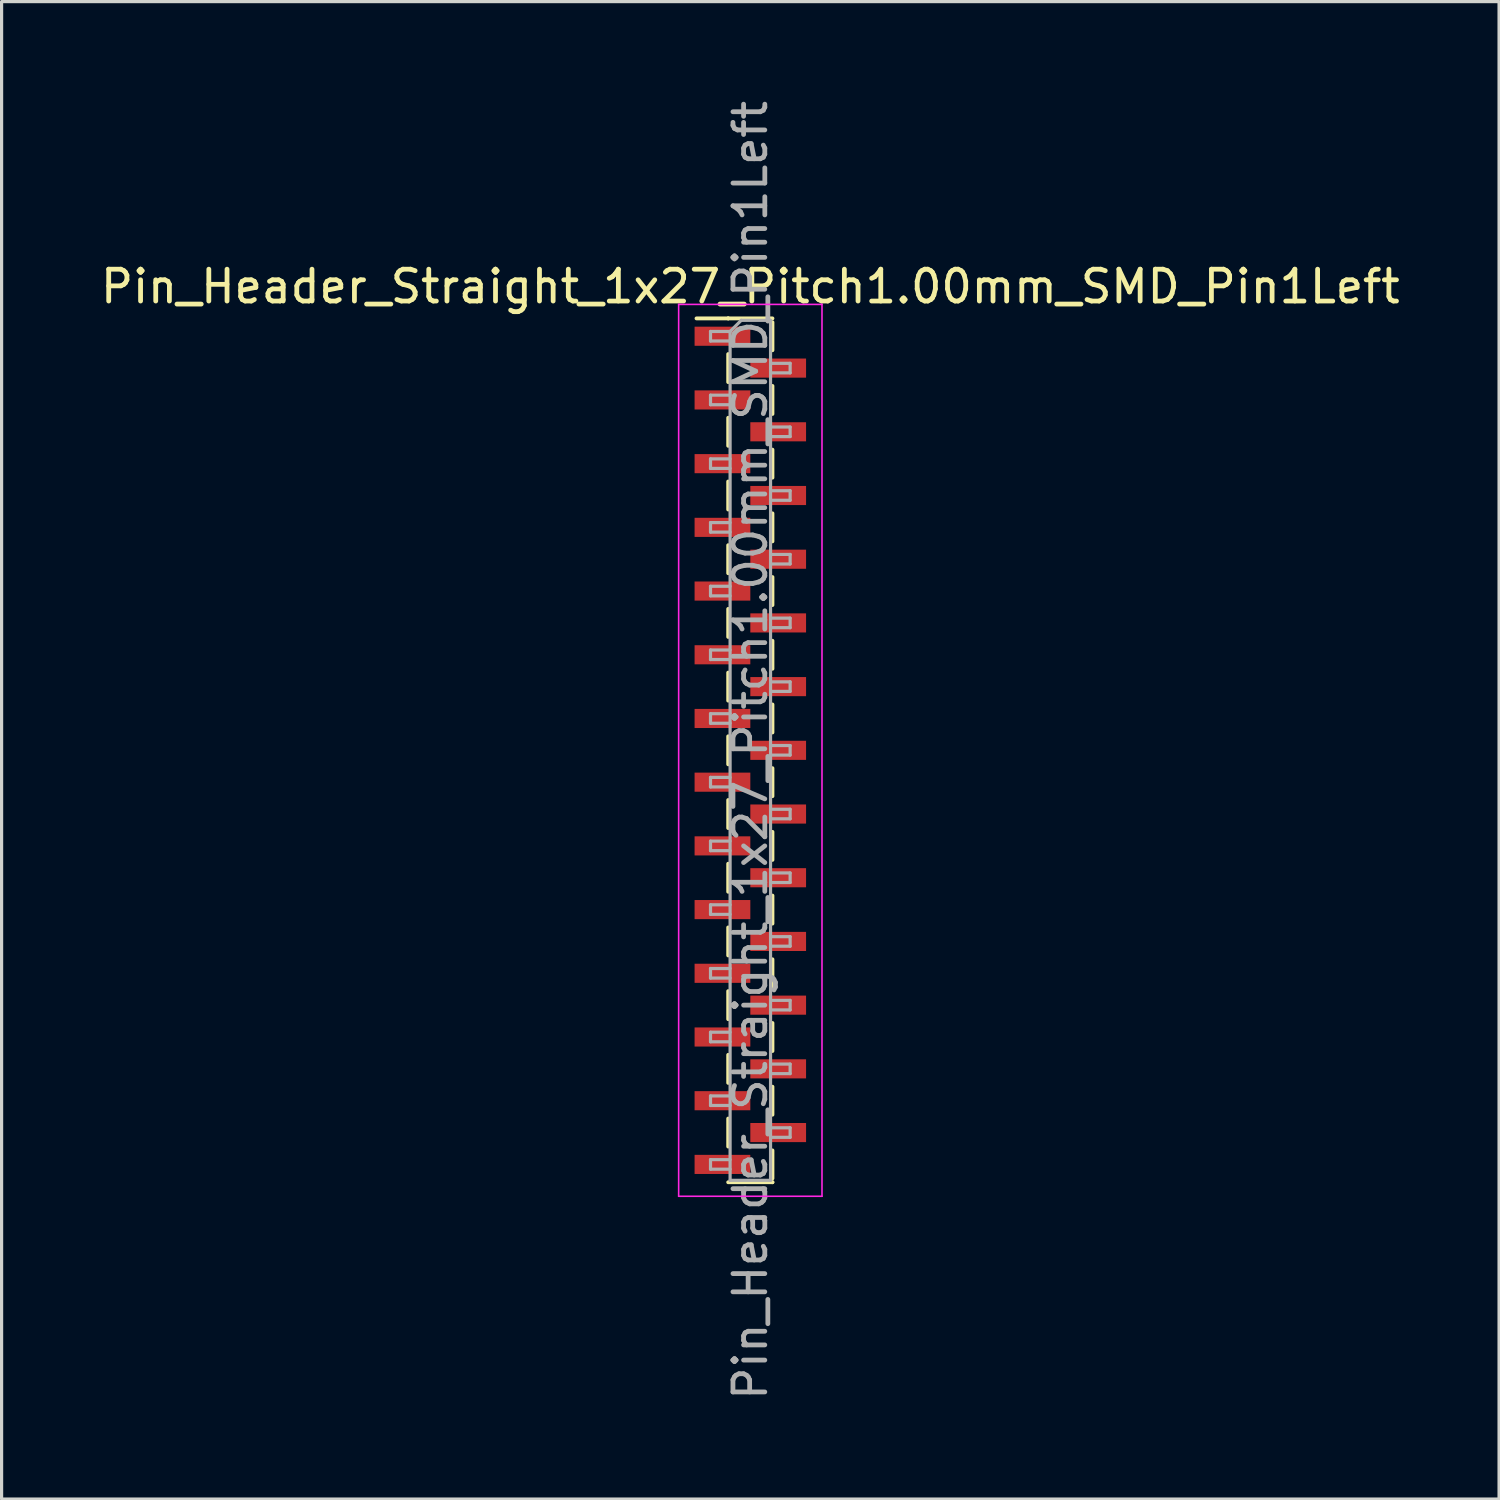
<source format=kicad_pcb>
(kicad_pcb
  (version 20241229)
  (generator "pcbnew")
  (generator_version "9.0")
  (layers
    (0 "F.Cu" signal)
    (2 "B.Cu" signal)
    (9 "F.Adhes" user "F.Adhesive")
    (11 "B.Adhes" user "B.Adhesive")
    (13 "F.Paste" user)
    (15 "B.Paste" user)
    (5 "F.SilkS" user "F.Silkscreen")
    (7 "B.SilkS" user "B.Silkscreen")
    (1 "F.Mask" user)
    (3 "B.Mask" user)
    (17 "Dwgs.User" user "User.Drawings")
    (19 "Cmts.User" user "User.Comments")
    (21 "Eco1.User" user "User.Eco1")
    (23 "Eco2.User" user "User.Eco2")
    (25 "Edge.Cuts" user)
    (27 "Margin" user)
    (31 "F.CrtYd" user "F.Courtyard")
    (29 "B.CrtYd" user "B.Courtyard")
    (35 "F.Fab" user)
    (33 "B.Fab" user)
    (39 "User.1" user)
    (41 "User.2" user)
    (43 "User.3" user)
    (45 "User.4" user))
  (footprint "Pin_Header_Straight_1x27_Pitch1.00mm_SMD_Pin1Left"
    (layer "F.Cu")
    (at 20.506 20.506)
    (property "Reference" "Pin_Header_Straight_1x27_Pitch1.00mm_SMD_Pin1Left" (at 0 -14.56 0) (layer "F.SilkS") (effects (font (size 1 1) (thickness 0.15))))
    (attr smd)
    (fp_line (start -0.695 -13.56) (end -1.69 -13.56) (stroke (width 0.12) (type solid)) (layer "F.SilkS"))
    (fp_line (start -0.695 -13.56) (end -0.695 -13.56) (stroke (width 0.12) (type solid)) (layer "F.SilkS"))
    (fp_line (start -0.695 -13.56) (end 0.695 -13.56) (stroke (width 0.12) (type solid)) (layer "F.SilkS"))
    (fp_line (start -0.695 -12.44) (end -0.695 -11.56) (stroke (width 0.12) (type solid)) (layer "F.SilkS"))
    (fp_line (start -0.695 -10.44) (end -0.695 -9.56) (stroke (width 0.12) (type solid)) (layer "F.SilkS"))
    (fp_line (start -0.695 -8.44) (end -0.695 -7.56) (stroke (width 0.12) (type solid)) (layer "F.SilkS"))
    (fp_line (start -0.695 -6.44) (end -0.695 -5.56) (stroke (width 0.12) (type solid)) (layer "F.SilkS"))
    (fp_line (start -0.695 -4.44) (end -0.695 -3.56) (stroke (width 0.12) (type solid)) (layer "F.SilkS"))
    (fp_line (start -0.695 -2.44) (end -0.695 -1.56) (stroke (width 0.12) (type solid)) (layer "F.SilkS"))
    (fp_line (start -0.695 -0.44) (end -0.695 0.44) (stroke (width 0.12) (type solid)) (layer "F.SilkS"))
    (fp_line (start -0.695 1.56) (end -0.695 2.44) (stroke (width 0.12) (type solid)) (layer "F.SilkS"))
    (fp_line (start -0.695 3.56) (end -0.695 4.44) (stroke (width 0.12) (type solid)) (layer "F.SilkS"))
    (fp_line (start -0.695 5.56) (end -0.695 6.44) (stroke (width 0.12) (type solid)) (layer "F.SilkS"))
    (fp_line (start -0.695 7.56) (end -0.695 8.44) (stroke (width 0.12) (type solid)) (layer "F.SilkS"))
    (fp_line (start -0.695 9.56) (end -0.695 10.44) (stroke (width 0.12) (type solid)) (layer "F.SilkS"))
    (fp_line (start -0.695 11.56) (end -0.695 12.44) (stroke (width 0.12) (type solid)) (layer "F.SilkS"))
    (fp_line (start -0.695 13.56) (end 0.695 13.56) (stroke (width 0.12) (type solid)) (layer "F.SilkS"))
    (fp_line (start 0.695 -13.44) (end 0.695 -12.56) (stroke (width 0.12) (type solid)) (layer "F.SilkS"))
    (fp_line (start 0.695 -11.44) (end 0.695 -10.56) (stroke (width 0.12) (type solid)) (layer "F.SilkS"))
    (fp_line (start 0.695 -9.44) (end 0.695 -8.56) (stroke (width 0.12) (type solid)) (layer "F.SilkS"))
    (fp_line (start 0.695 -7.44) (end 0.695 -6.56) (stroke (width 0.12) (type solid)) (layer "F.SilkS"))
    (fp_line (start 0.695 -5.44) (end 0.695 -4.56) (stroke (width 0.12) (type solid)) (layer "F.SilkS"))
    (fp_line (start 0.695 -3.44) (end 0.695 -2.56) (stroke (width 0.12) (type solid)) (layer "F.SilkS"))
    (fp_line (start 0.695 -1.44) (end 0.695 -0.56) (stroke (width 0.12) (type solid)) (layer "F.SilkS"))
    (fp_line (start 0.695 0.56) (end 0.695 1.44) (stroke (width 0.12) (type solid)) (layer "F.SilkS"))
    (fp_line (start 0.695 2.56) (end 0.695 3.44) (stroke (width 0.12) (type solid)) (layer "F.SilkS"))
    (fp_line (start 0.695 4.56) (end 0.695 5.44) (stroke (width 0.12) (type solid)) (layer "F.SilkS"))
    (fp_line (start 0.695 6.56) (end 0.695 7.44) (stroke (width 0.12) (type solid)) (layer "F.SilkS"))
    (fp_line (start 0.695 8.56) (end 0.695 9.44) (stroke (width 0.12) (type solid)) (layer "F.SilkS"))
    (fp_line (start 0.695 10.56) (end 0.695 11.44) (stroke (width 0.12) (type solid)) (layer "F.SilkS"))
    (fp_line (start 0.695 12.56) (end 0.695 13.44) (stroke (width 0.12) (type solid)) (layer "F.SilkS"))
    (fp_line (start 0.695 13.56) (end 0.695 13.56) (stroke (width 0.12) (type solid)) (layer "F.SilkS"))
    (fp_line (start -2.25 -14) (end -2.25 14) (stroke (width 0.05) (type solid)) (layer "F.CrtYd"))
    (fp_line (start -2.25 14) (end 2.25 14) (stroke (width 0.05) (type solid)) (layer "F.CrtYd"))
    (fp_line (start 2.25 -14) (end -2.25 -14) (stroke (width 0.05) (type solid)) (layer "F.CrtYd"))
    (fp_line (start 2.25 14) (end 2.25 -14) (stroke (width 0.05) (type solid)) (layer "F.CrtYd"))
    (fp_line (start -1.25 -13.15) (end -1.25 -12.85) (stroke (width 0.1) (type solid)) (layer "F.Fab"))
    (fp_line (start -1.25 -12.85) (end -0.635 -12.85) (stroke (width 0.1) (type solid)) (layer "F.Fab"))
    (fp_line (start -1.25 -11.15) (end -1.25 -10.85) (stroke (width 0.1) (type solid)) (layer "F.Fab"))
    (fp_line (start -1.25 -10.85) (end -0.635 -10.85) (stroke (width 0.1) (type solid)) (layer "F.Fab"))
    (fp_line (start -1.25 -9.15) (end -1.25 -8.85) (stroke (width 0.1) (type solid)) (layer "F.Fab"))
    (fp_line (start -1.25 -8.85) (end -0.635 -8.85) (stroke (width 0.1) (type solid)) (layer "F.Fab"))
    (fp_line (start -1.25 -7.15) (end -1.25 -6.85) (stroke (width 0.1) (type solid)) (layer "F.Fab"))
    (fp_line (start -1.25 -6.85) (end -0.635 -6.85) (stroke (width 0.1) (type solid)) (layer "F.Fab"))
    (fp_line (start -1.25 -5.15) (end -1.25 -4.85) (stroke (width 0.1) (type solid)) (layer "F.Fab"))
    (fp_line (start -1.25 -4.85) (end -0.635 -4.85) (stroke (width 0.1) (type solid)) (layer "F.Fab"))
    (fp_line (start -1.25 -3.15) (end -1.25 -2.85) (stroke (width 0.1) (type solid)) (layer "F.Fab"))
    (fp_line (start -1.25 -2.85) (end -0.635 -2.85) (stroke (width 0.1) (type solid)) (layer "F.Fab"))
    (fp_line (start -1.25 -1.15) (end -1.25 -0.85) (stroke (width 0.1) (type solid)) (layer "F.Fab"))
    (fp_line (start -1.25 -0.85) (end -0.635 -0.85) (stroke (width 0.1) (type solid)) (layer "F.Fab"))
    (fp_line (start -1.25 0.85) (end -1.25 1.15) (stroke (width 0.1) (type solid)) (layer "F.Fab"))
    (fp_line (start -1.25 1.15) (end -0.635 1.15) (stroke (width 0.1) (type solid)) (layer "F.Fab"))
    (fp_line (start -1.25 2.85) (end -1.25 3.15) (stroke (width 0.1) (type solid)) (layer "F.Fab"))
    (fp_line (start -1.25 3.15) (end -0.635 3.15) (stroke (width 0.1) (type solid)) (layer "F.Fab"))
    (fp_line (start -1.25 4.85) (end -1.25 5.15) (stroke (width 0.1) (type solid)) (layer "F.Fab"))
    (fp_line (start -1.25 5.15) (end -0.635 5.15) (stroke (width 0.1) (type solid)) (layer "F.Fab"))
    (fp_line (start -1.25 6.85) (end -1.25 7.15) (stroke (width 0.1) (type solid)) (layer "F.Fab"))
    (fp_line (start -1.25 7.15) (end -0.635 7.15) (stroke (width 0.1) (type solid)) (layer "F.Fab"))
    (fp_line (start -1.25 8.85) (end -1.25 9.15) (stroke (width 0.1) (type solid)) (layer "F.Fab"))
    (fp_line (start -1.25 9.15) (end -0.635 9.15) (stroke (width 0.1) (type solid)) (layer "F.Fab"))
    (fp_line (start -1.25 10.85) (end -1.25 11.15) (stroke (width 0.1) (type solid)) (layer "F.Fab"))
    (fp_line (start -1.25 11.15) (end -0.635 11.15) (stroke (width 0.1) (type solid)) (layer "F.Fab"))
    (fp_line (start -1.25 12.85) (end -1.25 13.15) (stroke (width 0.1) (type solid)) (layer "F.Fab"))
    (fp_line (start -1.25 13.15) (end -0.635 13.15) (stroke (width 0.1) (type solid)) (layer "F.Fab"))
    (fp_line (start -0.635 -13.15) (end -1.25 -13.15) (stroke (width 0.1) (type solid)) (layer "F.Fab"))
    (fp_line (start -0.635 -13.15) (end -0.285 -13.5) (stroke (width 0.1) (type solid)) (layer "F.Fab"))
    (fp_line (start -0.635 -11.15) (end -1.25 -11.15) (stroke (width 0.1) (type solid)) (layer "F.Fab"))
    (fp_line (start -0.635 -9.15) (end -1.25 -9.15) (stroke (width 0.1) (type solid)) (layer "F.Fab"))
    (fp_line (start -0.635 -7.15) (end -1.25 -7.15) (stroke (width 0.1) (type solid)) (layer "F.Fab"))
    (fp_line (start -0.635 -5.15) (end -1.25 -5.15) (stroke (width 0.1) (type solid)) (layer "F.Fab"))
    (fp_line (start -0.635 -3.15) (end -1.25 -3.15) (stroke (width 0.1) (type solid)) (layer "F.Fab"))
    (fp_line (start -0.635 -1.15) (end -1.25 -1.15) (stroke (width 0.1) (type solid)) (layer "F.Fab"))
    (fp_line (start -0.635 0.85) (end -1.25 0.85) (stroke (width 0.1) (type solid)) (layer "F.Fab"))
    (fp_line (start -0.635 2.85) (end -1.25 2.85) (stroke (width 0.1) (type solid)) (layer "F.Fab"))
    (fp_line (start -0.635 4.85) (end -1.25 4.85) (stroke (width 0.1) (type solid)) (layer "F.Fab"))
    (fp_line (start -0.635 6.85) (end -1.25 6.85) (stroke (width 0.1) (type solid)) (layer "F.Fab"))
    (fp_line (start -0.635 8.85) (end -1.25 8.85) (stroke (width 0.1) (type solid)) (layer "F.Fab"))
    (fp_line (start -0.635 10.85) (end -1.25 10.85) (stroke (width 0.1) (type solid)) (layer "F.Fab"))
    (fp_line (start -0.635 12.85) (end -1.25 12.85) (stroke (width 0.1) (type solid)) (layer "F.Fab"))
    (fp_line (start -0.635 13.5) (end -0.635 -13.15) (stroke (width 0.1) (type solid)) (layer "F.Fab"))
    (fp_line (start -0.285 -13.5) (end 0.635 -13.5) (stroke (width 0.1) (type solid)) (layer "F.Fab"))
    (fp_line (start 0.635 -13.5) (end 0.635 13.5) (stroke (width 0.1) (type solid)) (layer "F.Fab"))
    (fp_line (start 0.635 -12.15) (end 1.25 -12.15) (stroke (width 0.1) (type solid)) (layer "F.Fab"))
    (fp_line (start 0.635 -10.15) (end 1.25 -10.15) (stroke (width 0.1) (type solid)) (layer "F.Fab"))
    (fp_line (start 0.635 -8.15) (end 1.25 -8.15) (stroke (width 0.1) (type solid)) (layer "F.Fab"))
    (fp_line (start 0.635 -6.15) (end 1.25 -6.15) (stroke (width 0.1) (type solid)) (layer "F.Fab"))
    (fp_line (start 0.635 -4.15) (end 1.25 -4.15) (stroke (width 0.1) (type solid)) (layer "F.Fab"))
    (fp_line (start 0.635 -2.15) (end 1.25 -2.15) (stroke (width 0.1) (type solid)) (layer "F.Fab"))
    (fp_line (start 0.635 -0.15) (end 1.25 -0.15) (stroke (width 0.1) (type solid)) (layer "F.Fab"))
    (fp_line (start 0.635 1.85) (end 1.25 1.85) (stroke (width 0.1) (type solid)) (layer "F.Fab"))
    (fp_line (start 0.635 3.85) (end 1.25 3.85) (stroke (width 0.1) (type solid)) (layer "F.Fab"))
    (fp_line (start 0.635 5.85) (end 1.25 5.85) (stroke (width 0.1) (type solid)) (layer "F.Fab"))
    (fp_line (start 0.635 7.85) (end 1.25 7.85) (stroke (width 0.1) (type solid)) (layer "F.Fab"))
    (fp_line (start 0.635 9.85) (end 1.25 9.85) (stroke (width 0.1) (type solid)) (layer "F.Fab"))
    (fp_line (start 0.635 11.85) (end 1.25 11.85) (stroke (width 0.1) (type solid)) (layer "F.Fab"))
    (fp_line (start 0.635 13.5) (end -0.635 13.5) (stroke (width 0.1) (type solid)) (layer "F.Fab"))
    (fp_line (start 1.25 -12.15) (end 1.25 -11.85) (stroke (width 0.1) (type solid)) (layer "F.Fab"))
    (fp_line (start 1.25 -11.85) (end 0.635 -11.85) (stroke (width 0.1) (type solid)) (layer "F.Fab"))
    (fp_line (start 1.25 -10.15) (end 1.25 -9.85) (stroke (width 0.1) (type solid)) (layer "F.Fab"))
    (fp_line (start 1.25 -9.85) (end 0.635 -9.85) (stroke (width 0.1) (type solid)) (layer "F.Fab"))
    (fp_line (start 1.25 -8.15) (end 1.25 -7.85) (stroke (width 0.1) (type solid)) (layer "F.Fab"))
    (fp_line (start 1.25 -7.85) (end 0.635 -7.85) (stroke (width 0.1) (type solid)) (layer "F.Fab"))
    (fp_line (start 1.25 -6.15) (end 1.25 -5.85) (stroke (width 0.1) (type solid)) (layer "F.Fab"))
    (fp_line (start 1.25 -5.85) (end 0.635 -5.85) (stroke (width 0.1) (type solid)) (layer "F.Fab"))
    (fp_line (start 1.25 -4.15) (end 1.25 -3.85) (stroke (width 0.1) (type solid)) (layer "F.Fab"))
    (fp_line (start 1.25 -3.85) (end 0.635 -3.85) (stroke (width 0.1) (type solid)) (layer "F.Fab"))
    (fp_line (start 1.25 -2.15) (end 1.25 -1.85) (stroke (width 0.1) (type solid)) (layer "F.Fab"))
    (fp_line (start 1.25 -1.85) (end 0.635 -1.85) (stroke (width 0.1) (type solid)) (layer "F.Fab"))
    (fp_line (start 1.25 -0.15) (end 1.25 0.15) (stroke (width 0.1) (type solid)) (layer "F.Fab"))
    (fp_line (start 1.25 0.15) (end 0.635 0.15) (stroke (width 0.1) (type solid)) (layer "F.Fab"))
    (fp_line (start 1.25 1.85) (end 1.25 2.15) (stroke (width 0.1) (type solid)) (layer "F.Fab"))
    (fp_line (start 1.25 2.15) (end 0.635 2.15) (stroke (width 0.1) (type solid)) (layer "F.Fab"))
    (fp_line (start 1.25 3.85) (end 1.25 4.15) (stroke (width 0.1) (type solid)) (layer "F.Fab"))
    (fp_line (start 1.25 4.15) (end 0.635 4.15) (stroke (width 0.1) (type solid)) (layer "F.Fab"))
    (fp_line (start 1.25 5.85) (end 1.25 6.15) (stroke (width 0.1) (type solid)) (layer "F.Fab"))
    (fp_line (start 1.25 6.15) (end 0.635 6.15) (stroke (width 0.1) (type solid)) (layer "F.Fab"))
    (fp_line (start 1.25 7.85) (end 1.25 8.15) (stroke (width 0.1) (type solid)) (layer "F.Fab"))
    (fp_line (start 1.25 8.15) (end 0.635 8.15) (stroke (width 0.1) (type solid)) (layer "F.Fab"))
    (fp_line (start 1.25 9.85) (end 1.25 10.15) (stroke (width 0.1) (type solid)) (layer "F.Fab"))
    (fp_line (start 1.25 10.15) (end 0.635 10.15) (stroke (width 0.1) (type solid)) (layer "F.Fab"))
    (fp_line (start 1.25 11.85) (end 1.25 12.15) (stroke (width 0.1) (type solid)) (layer "F.Fab"))
    (fp_line (start 1.25 12.15) (end 0.635 12.15) (stroke (width 0.1) (type solid)) (layer "F.Fab"))
    (fp_text user "${REFERENCE}" (at 0 0 90) (layer "F.Fab") (effects (font (size 1 1) (thickness 0.15))))
    (pad "1" smd rect (at -0.875 -13) (size 1.75 0.6) (layers "F.Cu" "F.Mask" "F.Paste"))
    (pad "2" smd rect (at 0.875 -12) (size 1.75 0.6) (layers "F.Cu" "F.Mask" "F.Paste"))
    (pad "3" smd rect (at -0.875 -11) (size 1.75 0.6) (layers "F.Cu" "F.Mask" "F.Paste"))
    (pad "4" smd rect (at 0.875 -10) (size 1.75 0.6) (layers "F.Cu" "F.Mask" "F.Paste"))
    (pad "5" smd rect (at -0.875 -9) (size 1.75 0.6) (layers "F.Cu" "F.Mask" "F.Paste"))
    (pad "6" smd rect (at 0.875 -8) (size 1.75 0.6) (layers "F.Cu" "F.Mask" "F.Paste"))
    (pad "7" smd rect (at -0.875 -7) (size 1.75 0.6) (layers "F.Cu" "F.Mask" "F.Paste"))
    (pad "8" smd rect (at 0.875 -6) (size 1.75 0.6) (layers "F.Cu" "F.Mask" "F.Paste"))
    (pad "9" smd rect (at -0.875 -5) (size 1.75 0.6) (layers "F.Cu" "F.Mask" "F.Paste"))
    (pad "10" smd rect (at 0.875 -4) (size 1.75 0.6) (layers "F.Cu" "F.Mask" "F.Paste"))
    (pad "11" smd rect (at -0.875 -3) (size 1.75 0.6) (layers "F.Cu" "F.Mask" "F.Paste"))
    (pad "12" smd rect (at 0.875 -2) (size 1.75 0.6) (layers "F.Cu" "F.Mask" "F.Paste"))
    (pad "13" smd rect (at -0.875 -1) (size 1.75 0.6) (layers "F.Cu" "F.Mask" "F.Paste"))
    (pad "14" smd rect (at 0.875 0) (size 1.75 0.6) (layers "F.Cu" "F.Mask" "F.Paste"))
    (pad "15" smd rect (at -0.875 1) (size 1.75 0.6) (layers "F.Cu" "F.Mask" "F.Paste"))
    (pad "16" smd rect (at 0.875 2) (size 1.75 0.6) (layers "F.Cu" "F.Mask" "F.Paste"))
    (pad "17" smd rect (at -0.875 3) (size 1.75 0.6) (layers "F.Cu" "F.Mask" "F.Paste"))
    (pad "18" smd rect (at 0.875 4) (size 1.75 0.6) (layers "F.Cu" "F.Mask" "F.Paste"))
    (pad "19" smd rect (at -0.875 5) (size 1.75 0.6) (layers "F.Cu" "F.Mask" "F.Paste"))
    (pad "20" smd rect (at 0.875 6) (size 1.75 0.6) (layers "F.Cu" "F.Mask" "F.Paste"))
    (pad "21" smd rect (at -0.875 7) (size 1.75 0.6) (layers "F.Cu" "F.Mask" "F.Paste"))
    (pad "22" smd rect (at 0.875 8) (size 1.75 0.6) (layers "F.Cu" "F.Mask" "F.Paste"))
    (pad "23" smd rect (at -0.875 9) (size 1.75 0.6) (layers "F.Cu" "F.Mask" "F.Paste"))
    (pad "24" smd rect (at 0.875 10) (size 1.75 0.6) (layers "F.Cu" "F.Mask" "F.Paste"))
    (pad "25" smd rect (at -0.875 11) (size 1.75 0.6) (layers "F.Cu" "F.Mask" "F.Paste"))
    (pad "26" smd rect (at 0.875 12) (size 1.75 0.6) (layers "F.Cu" "F.Mask" "F.Paste"))
    (pad "27" smd rect (at -0.875 13) (size 1.75 0.6) (layers "F.Cu" "F.Mask" "F.Paste")))
  (gr_rect
    (start -3 -3)
    (end 44.012 44.012)
    (stroke (width 0.1) (type default))
    (fill no)
    (layer "Edge.Cuts")))
</source>
